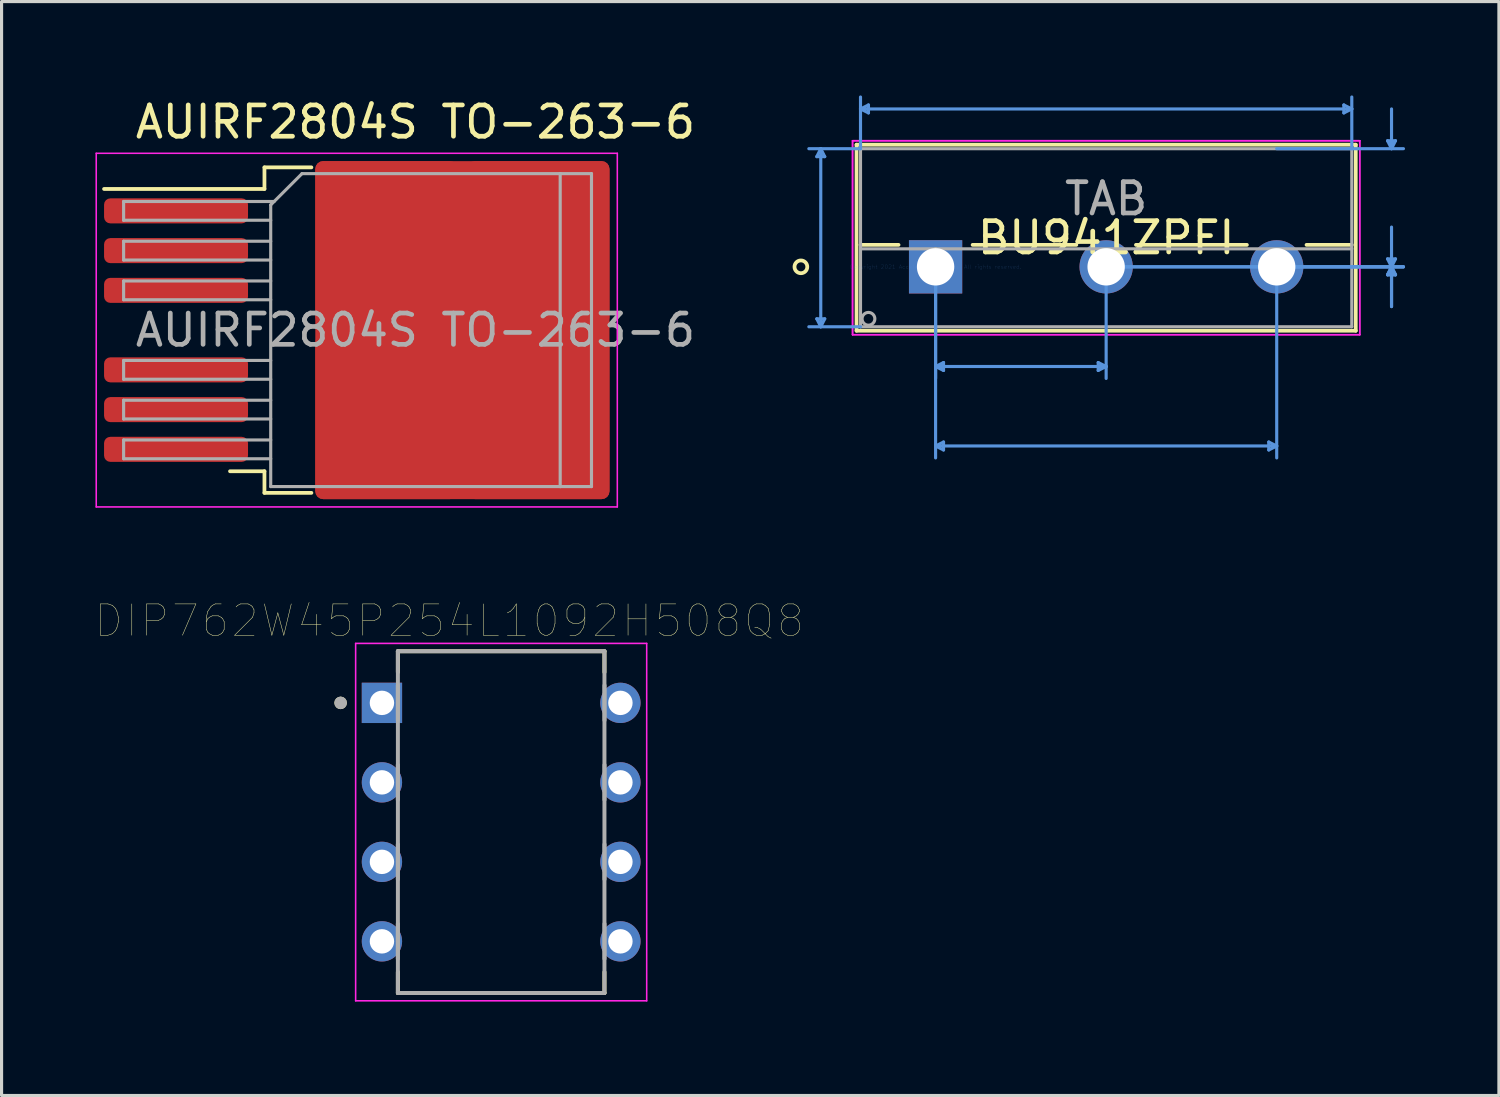
<source format=kicad_pcb>
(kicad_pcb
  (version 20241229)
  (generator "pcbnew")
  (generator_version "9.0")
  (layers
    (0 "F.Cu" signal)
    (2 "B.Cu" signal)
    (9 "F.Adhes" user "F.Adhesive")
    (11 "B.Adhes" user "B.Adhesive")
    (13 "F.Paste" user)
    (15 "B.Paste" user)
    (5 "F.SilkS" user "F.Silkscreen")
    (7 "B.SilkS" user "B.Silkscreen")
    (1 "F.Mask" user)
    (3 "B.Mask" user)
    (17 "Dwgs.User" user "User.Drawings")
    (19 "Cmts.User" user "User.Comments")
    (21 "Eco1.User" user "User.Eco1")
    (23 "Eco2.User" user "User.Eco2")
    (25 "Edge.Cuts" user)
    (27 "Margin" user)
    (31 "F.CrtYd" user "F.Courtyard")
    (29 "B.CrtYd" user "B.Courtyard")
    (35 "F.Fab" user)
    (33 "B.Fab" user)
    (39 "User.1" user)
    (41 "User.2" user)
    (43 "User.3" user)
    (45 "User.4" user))
  (footprint "AUIRF2804S TO-263-6"
    (layer "F.Cu")
    (at 10.225 7.498)
    (property "Reference" "AUIRF2804S TO-263-6" (at 0 -6.65 0) (layer "F.SilkS") (effects (font (size 1 1) (thickness 0.15))))
    (attr smd)
    (fp_line (start -4.825 -5.2) (end -4.825 -4.51) (stroke (width 0.12) (type solid)) (layer "F.SilkS"))
    (fp_line (start -4.825 -4.51) (end -9.95 -4.51) (stroke (width 0.12) (type solid)) (layer "F.SilkS"))
    (fp_line (start -4.825 4.51) (end -5.925 4.51) (stroke (width 0.12) (type solid)) (layer "F.SilkS"))
    (fp_line (start -4.825 5.2) (end -4.825 4.51) (stroke (width 0.12) (type solid)) (layer "F.SilkS"))
    (fp_line (start -3.325 -5.2) (end -4.825 -5.2) (stroke (width 0.12) (type solid)) (layer "F.SilkS"))
    (fp_line (start -3.325 5.2) (end -4.825 5.2) (stroke (width 0.12) (type solid)) (layer "F.SilkS"))
    (fp_line (start -10.2 -5.65) (end -10.2 5.65) (stroke (width 0.05) (type solid)) (layer "F.CrtYd"))
    (fp_line (start -10.2 5.65) (end 6.45 5.65) (stroke (width 0.05) (type solid)) (layer "F.CrtYd"))
    (fp_line (start 6.45 -5.65) (end -10.2 -5.65) (stroke (width 0.05) (type solid)) (layer "F.CrtYd"))
    (fp_line (start 6.45 5.65) (end 6.45 -5.65) (stroke (width 0.05) (type solid)) (layer "F.CrtYd"))
    (fp_line (start -9.325 -4.11) (end -9.325 -3.51) (stroke (width 0.1) (type solid)) (layer "F.Fab"))
    (fp_line (start -9.325 -3.51) (end -4.625 -3.51) (stroke (width 0.1) (type solid)) (layer "F.Fab"))
    (fp_line (start -9.325 -2.84) (end -9.325 -2.24) (stroke (width 0.1) (type solid)) (layer "F.Fab"))
    (fp_line (start -9.325 -2.24) (end -4.625 -2.24) (stroke (width 0.1) (type solid)) (layer "F.Fab"))
    (fp_line (start -9.325 -1.57) (end -9.325 -0.97) (stroke (width 0.1) (type solid)) (layer "F.Fab"))
    (fp_line (start -9.325 -0.97) (end -4.625 -0.97) (stroke (width 0.1) (type solid)) (layer "F.Fab"))
    (fp_line (start -9.325 0.97) (end -9.325 1.57) (stroke (width 0.1) (type solid)) (layer "F.Fab"))
    (fp_line (start -9.325 1.57) (end -4.625 1.57) (stroke (width 0.1) (type solid)) (layer "F.Fab"))
    (fp_line (start -9.325 2.24) (end -9.325 2.84) (stroke (width 0.1) (type solid)) (layer "F.Fab"))
    (fp_line (start -9.325 2.84) (end -4.625 2.84) (stroke (width 0.1) (type solid)) (layer "F.Fab"))
    (fp_line (start -9.325 3.51) (end -9.325 4.11) (stroke (width 0.1) (type solid)) (layer "F.Fab"))
    (fp_line (start -9.325 4.11) (end -4.625 4.11) (stroke (width 0.1) (type solid)) (layer "F.Fab"))
    (fp_line (start -4.625 -4) (end -3.625 -5) (stroke (width 0.1) (type solid)) (layer "F.Fab"))
    (fp_line (start -4.625 -2.84) (end -9.325 -2.84) (stroke (width 0.1) (type solid)) (layer "F.Fab"))
    (fp_line (start -4.625 -1.57) (end -9.325 -1.57) (stroke (width 0.1) (type solid)) (layer "F.Fab"))
    (fp_line (start -4.625 0.97) (end -9.325 0.97) (stroke (width 0.1) (type solid)) (layer "F.Fab"))
    (fp_line (start -4.625 2.24) (end -9.325 2.24) (stroke (width 0.1) (type solid)) (layer "F.Fab"))
    (fp_line (start -4.625 3.51) (end -9.325 3.51) (stroke (width 0.1) (type solid)) (layer "F.Fab"))
    (fp_line (start -4.625 5) (end -4.625 -4) (stroke (width 0.1) (type solid)) (layer "F.Fab"))
    (fp_line (start -4.515 -4.11) (end -9.325 -4.11) (stroke (width 0.1) (type solid)) (layer "F.Fab"))
    (fp_line (start -3.625 -5) (end 4.625 -5) (stroke (width 0.1) (type solid)) (layer "F.Fab"))
    (fp_line (start 4.625 -5) (end 4.625 5) (stroke (width 0.1) (type solid)) (layer "F.Fab"))
    (fp_line (start 4.625 -5) (end 5.625 -5) (stroke (width 0.1) (type solid)) (layer "F.Fab"))
    (fp_line (start 4.625 5) (end -4.625 5) (stroke (width 0.1) (type solid)) (layer "F.Fab"))
    (fp_line (start 5.625 -5) (end 5.625 5) (stroke (width 0.1) (type solid)) (layer "F.Fab"))
    (fp_line (start 5.625 5) (end 4.625 5) (stroke (width 0.1) (type solid)) (layer "F.Fab"))
    (fp_text user "${REFERENCE}" (at 0 0 0) (layer "F.Fab") (effects (font (size 1 1) (thickness 0.15))))
    (pad "1" smd roundrect (at -7.65 -3.81) (size 4.6 0.8) (layers "F.Cu" "F.Mask" "F.Paste") (roundrect_rratio 0.25))
    (pad "2" smd roundrect (at -0.925 -2.775) (size 4.55 5.25) (layers "F.Cu" "F.Paste") (roundrect_rratio 0.055))
    (pad "2" smd roundrect (at -0.925 2.775) (size 4.55 5.25) (layers "F.Cu" "F.Paste") (roundrect_rratio 0.055))
    (pad "2" smd roundrect (at 1.5 0) (size 9.4 10.8) (layers "F.Cu" "F.Mask") (roundrect_rratio 0.027))
    (pad "2" smd roundrect (at 3.925 -2.775) (size 4.55 5.25) (layers "F.Cu" "F.Paste") (roundrect_rratio 0.055))
    (pad "2" smd roundrect (at 3.925 2.775) (size 4.55 5.25) (layers "F.Cu" "F.Paste") (roundrect_rratio 0.055))
    (pad "3" smd roundrect (at -7.65 -2.54) (size 4.6 0.8) (layers "F.Cu" "F.Mask" "F.Paste") (roundrect_rratio 0.25))
    (pad "3" smd roundrect (at -7.65 -1.27) (size 4.6 0.8) (layers "F.Cu" "F.Mask" "F.Paste") (roundrect_rratio 0.25))
    (pad "3" smd roundrect (at -7.65 1.27) (size 4.6 0.8) (layers "F.Cu" "F.Mask" "F.Paste") (roundrect_rratio 0.25))
    (pad "3" smd roundrect (at -7.65 2.54) (size 4.6 0.8) (layers "F.Cu" "F.Mask" "F.Paste") (roundrect_rratio 0.25))
    (pad "3" smd roundrect (at -7.65 3.81) (size 4.6 0.8) (layers "F.Cu" "F.Mask" "F.Paste") (roundrect_rratio 0.25)))
  (footprint "BU941ZPFI"
    (layer "F.Cu")
    (at 26.845 5.476)
    (property "Reference" "BU941ZPFI" (at 5.45 -0.93 0) (layer "F.SilkS") (effects (font (size 1 1) (thickness 0.15))))
    (attr through_hole)
    (fp_line (start -2.526 -3.902) (end -2.526 2.042) (stroke (width 0.12) (type solid)) (layer "F.SilkS"))
    (fp_line (start -2.526 2.042) (end 13.426 2.042) (stroke (width 0.12) (type solid)) (layer "F.SilkS"))
    (fp_line (start -2.399 -0.702) (end -1.184 -0.702) (stroke (width 0.12) (type solid)) (layer "F.SilkS"))
    (fp_line (start 1.184 -0.702) (end 4.497 -0.702) (stroke (width 0.12) (type solid)) (layer "F.SilkS"))
    (fp_line (start 6.403 -0.702) (end 9.947 -0.702) (stroke (width 0.12) (type solid)) (layer "F.SilkS"))
    (fp_line (start 11.853 -0.702) (end 13.299 -0.702) (stroke (width 0.12) (type solid)) (layer "F.SilkS"))
    (fp_line (start 13.426 -3.902) (end -2.526 -3.902) (stroke (width 0.12) (type solid)) (layer "F.SilkS"))
    (fp_line (start 13.426 2.042) (end 13.426 -3.902) (stroke (width 0.12) (type solid)) (layer "F.SilkS"))
    (fp_circle (center -4.304 0) (end -4.1 0) (stroke (width 0.12) (type solid)) (fill no) (layer "F.SilkS"))
    (fp_line (start -3.796 -3.521) (end -3.542 -3.521) (stroke (width 0.1) (type solid)) (layer "Cmts.User"))
    (fp_line (start -3.796 1.661) (end -3.542 1.661) (stroke (width 0.1) (type solid)) (layer "Cmts.User"))
    (fp_line (start -3.669 -3.775) (end -3.796 -3.521) (stroke (width 0.1) (type solid)) (layer "Cmts.User"))
    (fp_line (start -3.669 -3.775) (end -3.669 1.915) (stroke (width 0.1) (type solid)) (layer "Cmts.User"))
    (fp_line (start -3.669 -3.775) (end -3.542 -3.521) (stroke (width 0.1) (type solid)) (layer "Cmts.User"))
    (fp_line (start -3.669 1.915) (end -3.796 1.661) (stroke (width 0.1) (type solid)) (layer "Cmts.User"))
    (fp_line (start -3.669 1.915) (end -3.542 1.661) (stroke (width 0.1) (type solid)) (layer "Cmts.User"))
    (fp_line (start -2.399 -5.045) (end -2.145 -5.172) (stroke (width 0.1) (type solid)) (layer "Cmts.User"))
    (fp_line (start -2.399 -5.045) (end -2.145 -4.918) (stroke (width 0.1) (type solid)) (layer "Cmts.User"))
    (fp_line (start -2.399 -5.045) (end 13.299 -5.045) (stroke (width 0.1) (type solid)) (layer "Cmts.User"))
    (fp_line (start -2.399 -3.775) (end -4.05 -3.775) (stroke (width 0.1) (type solid)) (layer "Cmts.User"))
    (fp_line (start -2.399 -3.775) (end -2.399 -5.426) (stroke (width 0.1) (type solid)) (layer "Cmts.User"))
    (fp_line (start -2.399 1.915) (end -4.05 1.915) (stroke (width 0.1) (type solid)) (layer "Cmts.User"))
    (fp_line (start -2.145 -5.172) (end -2.145 -4.918) (stroke (width 0.1) (type solid)) (layer "Cmts.User"))
    (fp_line (start 0 0) (end 0 3.566) (stroke (width 0.1) (type solid)) (layer "Cmts.User"))
    (fp_line (start 0 0) (end 0 6.106) (stroke (width 0.1) (type solid)) (layer "Cmts.User"))
    (fp_line (start 0 3.185) (end 0.254 3.058) (stroke (width 0.1) (type solid)) (layer "Cmts.User"))
    (fp_line (start 0 3.185) (end 0.254 3.312) (stroke (width 0.1) (type solid)) (layer "Cmts.User"))
    (fp_line (start 0 3.185) (end 5.45 3.185) (stroke (width 0.1) (type solid)) (layer "Cmts.User"))
    (fp_line (start 0 5.725) (end 0.254 5.598) (stroke (width 0.1) (type solid)) (layer "Cmts.User"))
    (fp_line (start 0 5.725) (end 0.254 5.852) (stroke (width 0.1) (type solid)) (layer "Cmts.User"))
    (fp_line (start 0 5.725) (end 10.9 5.725) (stroke (width 0.1) (type solid)) (layer "Cmts.User"))
    (fp_line (start 0.254 3.058) (end 0.254 3.312) (stroke (width 0.1) (type solid)) (layer "Cmts.User"))
    (fp_line (start 0.254 5.598) (end 0.254 5.852) (stroke (width 0.1) (type solid)) (layer "Cmts.User"))
    (fp_line (start 5.196 3.058) (end 5.196 3.312) (stroke (width 0.1) (type solid)) (layer "Cmts.User"))
    (fp_line (start 5.45 0) (end 5.45 3.566) (stroke (width 0.1) (type solid)) (layer "Cmts.User"))
    (fp_line (start 5.45 0) (end 14.95 0) (stroke (width 0.1) (type solid)) (layer "Cmts.User"))
    (fp_line (start 5.45 0) (end 14.95 0) (stroke (width 0.1) (type solid)) (layer "Cmts.User"))
    (fp_line (start 5.45 3.185) (end 5.196 3.058) (stroke (width 0.1) (type solid)) (layer "Cmts.User"))
    (fp_line (start 5.45 3.185) (end 5.196 3.312) (stroke (width 0.1) (type solid)) (layer "Cmts.User"))
    (fp_line (start 10.646 5.598) (end 10.646 5.852) (stroke (width 0.1) (type solid)) (layer "Cmts.User"))
    (fp_line (start 10.9 -3.775) (end 14.95 -3.775) (stroke (width 0.1) (type solid)) (layer "Cmts.User"))
    (fp_line (start 10.9 0) (end 10.9 6.106) (stroke (width 0.1) (type solid)) (layer "Cmts.User"))
    (fp_line (start 10.9 0) (end 14.95 0) (stroke (width 0.1) (type solid)) (layer "Cmts.User"))
    (fp_line (start 10.9 5.725) (end 10.646 5.598) (stroke (width 0.1) (type solid)) (layer "Cmts.User"))
    (fp_line (start 10.9 5.725) (end 10.646 5.852) (stroke (width 0.1) (type solid)) (layer "Cmts.User"))
    (fp_line (start 13.045 -5.172) (end 13.045 -4.918) (stroke (width 0.1) (type solid)) (layer "Cmts.User"))
    (fp_line (start 13.299 -5.045) (end 13.045 -5.172) (stroke (width 0.1) (type solid)) (layer "Cmts.User"))
    (fp_line (start 13.299 -5.045) (end 13.045 -4.918) (stroke (width 0.1) (type solid)) (layer "Cmts.User"))
    (fp_line (start 13.299 -3.775) (end 13.299 -5.426) (stroke (width 0.1) (type solid)) (layer "Cmts.User"))
    (fp_line (start 14.442 -4.029) (end 14.696 -4.029) (stroke (width 0.1) (type solid)) (layer "Cmts.User"))
    (fp_line (start 14.442 -0.254) (end 14.696 -0.254) (stroke (width 0.1) (type solid)) (layer "Cmts.User"))
    (fp_line (start 14.442 0.254) (end 14.696 0.254) (stroke (width 0.1) (type solid)) (layer "Cmts.User"))
    (fp_line (start 14.442 0.254) (end 14.696 0.254) (stroke (width 0.1) (type solid)) (layer "Cmts.User"))
    (fp_line (start 14.569 -3.775) (end 14.442 -4.029) (stroke (width 0.1) (type solid)) (layer "Cmts.User"))
    (fp_line (start 14.569 -3.775) (end 14.569 -5.045) (stroke (width 0.1) (type solid)) (layer "Cmts.User"))
    (fp_line (start 14.569 -3.775) (end 14.696 -4.029) (stroke (width 0.1) (type solid)) (layer "Cmts.User"))
    (fp_line (start 14.569 0) (end 14.442 -0.254) (stroke (width 0.1) (type solid)) (layer "Cmts.User"))
    (fp_line (start 14.569 0) (end 14.442 0.254) (stroke (width 0.1) (type solid)) (layer "Cmts.User"))
    (fp_line (start 14.569 0) (end 14.442 0.254) (stroke (width 0.1) (type solid)) (layer "Cmts.User"))
    (fp_line (start 14.569 0) (end 14.569 -1.27) (stroke (width 0.1) (type solid)) (layer "Cmts.User"))
    (fp_line (start 14.569 0) (end 14.569 1.27) (stroke (width 0.1) (type solid)) (layer "Cmts.User"))
    (fp_line (start 14.569 0) (end 14.569 1.27) (stroke (width 0.1) (type solid)) (layer "Cmts.User"))
    (fp_line (start 14.569 0) (end 14.696 -0.254) (stroke (width 0.1) (type solid)) (layer "Cmts.User"))
    (fp_line (start 14.569 0) (end 14.696 0.254) (stroke (width 0.1) (type solid)) (layer "Cmts.User"))
    (fp_line (start 14.569 0) (end 14.696 0.254) (stroke (width 0.1) (type solid)) (layer "Cmts.User"))
    (fp_line (start -2.653 -4.029) (end -2.653 2.169) (stroke (width 0.05) (type solid)) (layer "F.CrtYd"))
    (fp_line (start -2.653 -4.029) (end -2.653 2.169) (stroke (width 0.05) (type solid)) (layer "F.CrtYd"))
    (fp_line (start -2.653 2.169) (end 13.553 2.169) (stroke (width 0.05) (type solid)) (layer "F.CrtYd"))
    (fp_line (start -2.653 2.169) (end 13.553 2.169) (stroke (width 0.05) (type solid)) (layer "F.CrtYd"))
    (fp_line (start 13.553 -4.029) (end -2.653 -4.029) (stroke (width 0.05) (type solid)) (layer "F.CrtYd"))
    (fp_line (start 13.553 -4.029) (end -2.653 -4.029) (stroke (width 0.05) (type solid)) (layer "F.CrtYd"))
    (fp_line (start 13.553 2.169) (end 13.553 -4.029) (stroke (width 0.05) (type solid)) (layer "F.CrtYd"))
    (fp_line (start 13.553 2.169) (end 13.553 -4.029) (stroke (width 0.05) (type solid)) (layer "F.CrtYd"))
    (fp_line (start -2.399 -3.775) (end -2.399 1.915) (stroke (width 0.1) (type solid)) (layer "F.Fab"))
    (fp_line (start -2.399 -0.575) (end 13.299 -0.575) (stroke (width 0.1) (type solid)) (layer "F.Fab"))
    (fp_line (start -2.399 1.915) (end 13.299 1.915) (stroke (width 0.1) (type solid)) (layer "F.Fab"))
    (fp_line (start 13.299 -3.775) (end -2.399 -3.775) (stroke (width 0.1) (type solid)) (layer "F.Fab"))
    (fp_line (start 13.299 1.915) (end 13.299 -3.775) (stroke (width 0.1) (type solid)) (layer "F.Fab"))
    (fp_circle (center -2.145 1.661) (end -1.941 1.661) (stroke (width 0.1) (type solid)) (fill no) (layer "F.Fab"))
    (fp_text user "*" (at 0 0 0) (layer "F.SilkS") (effects (font (size 1 1) (thickness 0.15))))
    (fp_text user "Copyright 2021 Accelerated Designs. All rights reserved." (at 0 0 0) (layer "Cmts.User") (effects (font (size 0.127 0.127) (thickness 0.002))))
    (fp_text user "TAB" (at 5.45 -2.175 0) (layer "F.Fab") (effects (font (size 1 1) (thickness 0.15))))
    (fp_text user "*" (at 0 0 0) (layer "F.Fab") (effects (font (size 1 1) (thickness 0.15))))
    (pad "1" thru_hole rect (at 0 0) (size 1.702 1.702) (drill 1.194) (layers "*.Cu" "*.Mask"))
    (pad "2" thru_hole circle (at 5.45 0) (size 1.702 1.702) (drill 1.194) (layers "*.Cu" "*.Mask"))
    (pad "3" thru_hole circle (at 10.9 0) (size 1.702 1.702) (drill 1.194) (layers "*.Cu" "*.Mask")))
  (footprint "DIP762W45P254L1092H508Q8"
    (layer "F.Cu")
    (at 12.964 23.219)
    (property "Reference" "DIP762W45P254L1092H508Q8" (at -1.66 -6.434 0) (layer "F.SilkS") (effects (font (size 1 1) (thickness 0.015))))
    (attr through_hole)
    (fp_line (start -3.3 -5.46) (end -3.3 -4.79) (stroke (width 0.127) (type solid)) (layer "F.SilkS"))
    (fp_line (start -3.3 4.79) (end -3.3 5.46) (stroke (width 0.127) (type solid)) (layer "F.SilkS"))
    (fp_line (start -3.3 5.46) (end 3.3 5.46) (stroke (width 0.127) (type solid)) (layer "F.SilkS"))
    (fp_line (start 3.3 -5.46) (end -3.3 -5.46) (stroke (width 0.127) (type solid)) (layer "F.SilkS"))
    (fp_line (start 3.3 -4.79) (end 3.3 -5.46) (stroke (width 0.127) (type solid)) (layer "F.SilkS"))
    (fp_line (start 3.3 5.46) (end 3.3 4.79) (stroke (width 0.127) (type solid)) (layer "F.SilkS"))
    (fp_circle (center -5.13 -3.81) (end -5.03 -3.81) (stroke (width 0.2) (type solid)) (fill no) (layer "F.SilkS"))
    (fp_line (start -4.65 -5.71) (end -4.65 5.71) (stroke (width 0.05) (type solid)) (layer "F.CrtYd"))
    (fp_line (start -4.65 5.71) (end 4.65 5.71) (stroke (width 0.05) (type solid)) (layer "F.CrtYd"))
    (fp_line (start 4.65 -5.71) (end -4.65 -5.71) (stroke (width 0.05) (type solid)) (layer "F.CrtYd"))
    (fp_line (start 4.65 5.71) (end 4.65 -5.71) (stroke (width 0.05) (type solid)) (layer "F.CrtYd"))
    (fp_line (start -3.302 -3.251) (end -3.302 -4.369) (stroke (width 0.127) (type solid)) (layer "F.Fab"))
    (fp_line (start -3.302 -0.711) (end -3.302 -1.829) (stroke (width 0.127) (type solid)) (layer "F.Fab"))
    (fp_line (start -3.302 1.829) (end -3.302 0.711) (stroke (width 0.127) (type solid)) (layer "F.Fab"))
    (fp_line (start -3.302 4.369) (end -3.302 3.251) (stroke (width 0.127) (type solid)) (layer "F.Fab"))
    (fp_line (start -3.3 -5.46) (end -3.3 5.46) (stroke (width 0.127) (type solid)) (layer "F.Fab"))
    (fp_line (start -3.3 5.46) (end 3.3 5.46) (stroke (width 0.127) (type solid)) (layer "F.Fab"))
    (fp_line (start 3.3 -5.46) (end -3.3 -5.46) (stroke (width 0.127) (type solid)) (layer "F.Fab"))
    (fp_line (start 3.3 5.46) (end 3.3 -5.46) (stroke (width 0.127) (type solid)) (layer "F.Fab"))
    (fp_line (start 3.302 -4.369) (end 3.302 -3.251) (stroke (width 0.127) (type solid)) (layer "F.Fab"))
    (fp_line (start 3.302 -1.829) (end 3.302 -0.711) (stroke (width 0.127) (type solid)) (layer "F.Fab"))
    (fp_line (start 3.302 0.711) (end 3.302 1.829) (stroke (width 0.127) (type solid)) (layer "F.Fab"))
    (fp_line (start 3.302 3.251) (end 3.302 4.369) (stroke (width 0.127) (type solid)) (layer "F.Fab"))
    (fp_circle (center -5.13 -3.81) (end -5.03 -3.81) (stroke (width 0.2) (type solid)) (fill no) (layer "F.Fab"))
    (pad "1" thru_hole rect (at -3.81 -3.81) (size 1.288 1.288) (drill 0.78) (layers "*.Cu" "*.Mask"))
    (pad "2" thru_hole circle (at -3.81 -1.27) (size 1.288 1.288) (drill 0.78) (layers "*.Cu" "*.Mask"))
    (pad "3" thru_hole circle (at -3.81 1.27) (size 1.288 1.288) (drill 0.78) (layers "*.Cu" "*.Mask"))
    (pad "4" thru_hole circle (at -3.81 3.81) (size 1.288 1.288) (drill 0.78) (layers "*.Cu" "*.Mask"))
    (pad "5" thru_hole circle (at 3.81 3.81) (size 1.288 1.288) (drill 0.78) (layers "*.Cu" "*.Mask"))
    (pad "6" thru_hole circle (at 3.81 1.27) (size 1.288 1.288) (drill 0.78) (layers "*.Cu" "*.Mask"))
    (pad "7" thru_hole circle (at 3.81 -1.27) (size 1.288 1.288) (drill 0.78) (layers "*.Cu" "*.Mask"))
    (pad "8" thru_hole circle (at 3.81 -3.81) (size 1.288 1.288) (drill 0.78) (layers "*.Cu" "*.Mask")))
  (gr_rect
    (start -3 -3)
    (end 44.845 31.954)
    (stroke (width 0.1) (type default))
    (fill no)
    (layer "Edge.Cuts")))
</source>
